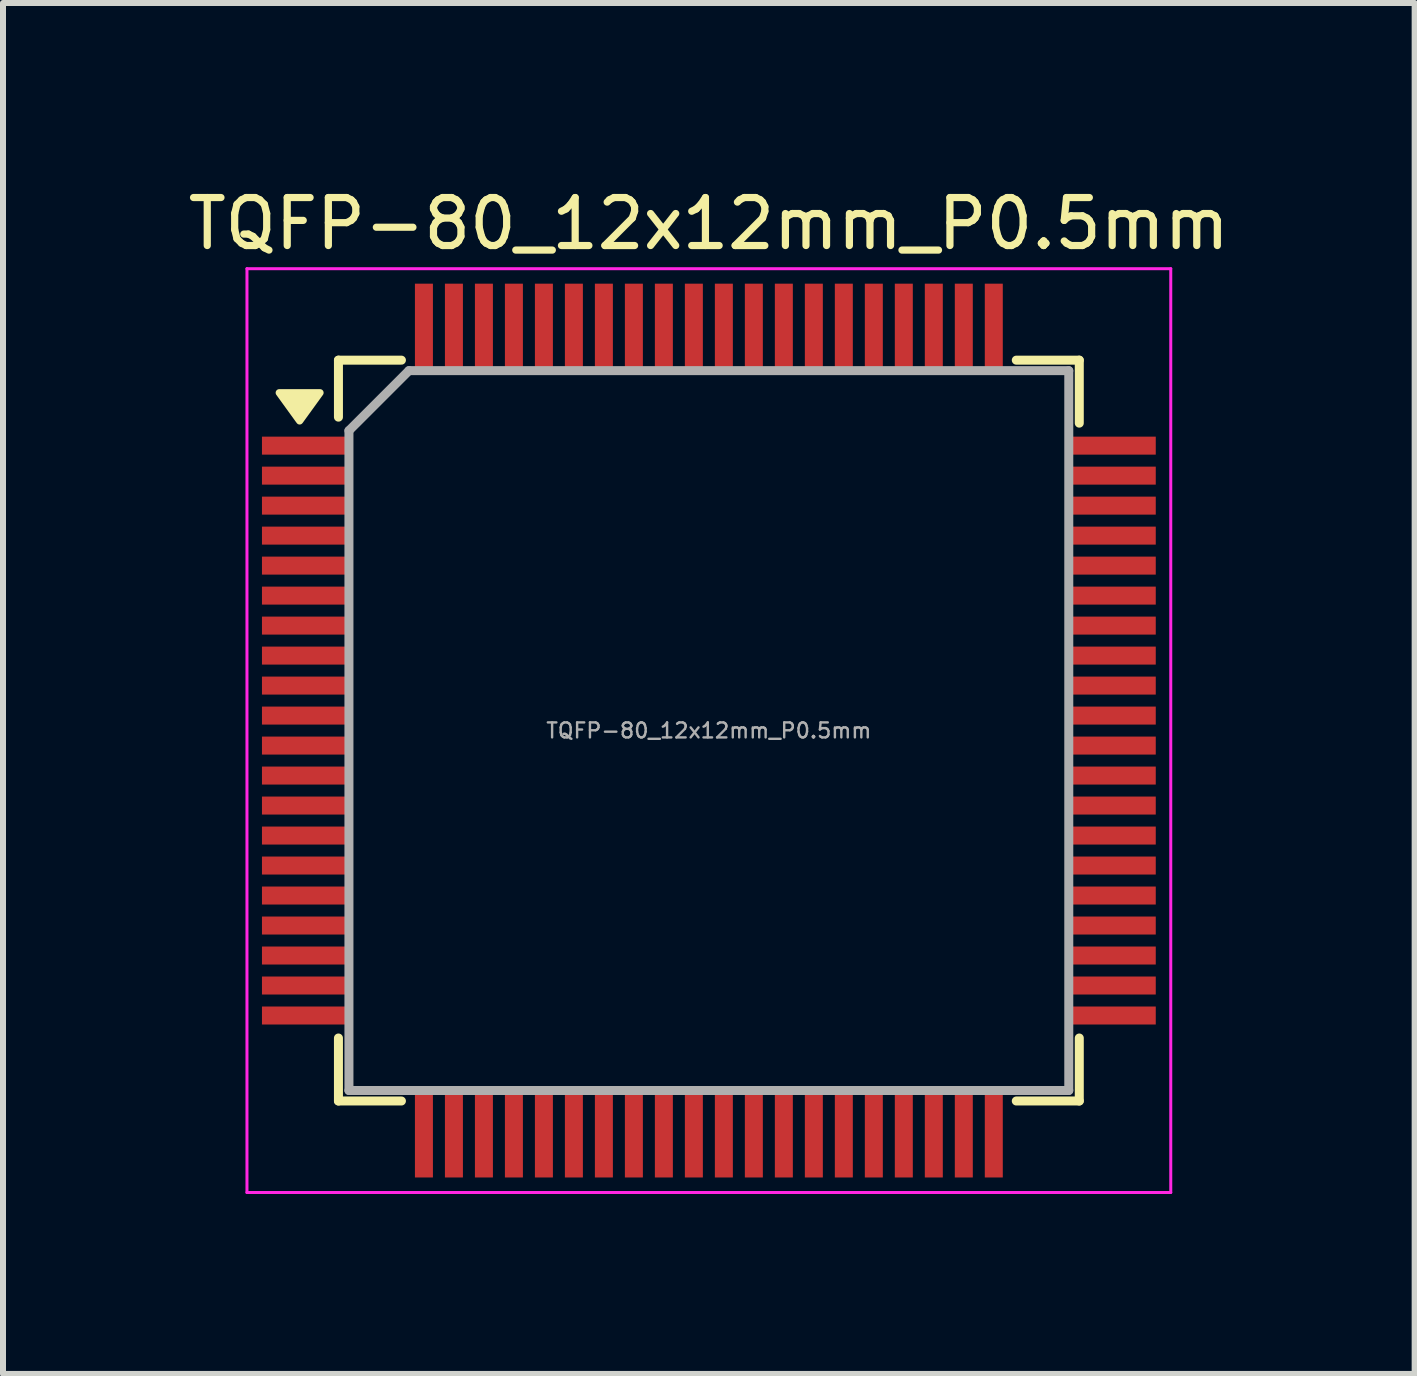
<source format=kicad_pcb>
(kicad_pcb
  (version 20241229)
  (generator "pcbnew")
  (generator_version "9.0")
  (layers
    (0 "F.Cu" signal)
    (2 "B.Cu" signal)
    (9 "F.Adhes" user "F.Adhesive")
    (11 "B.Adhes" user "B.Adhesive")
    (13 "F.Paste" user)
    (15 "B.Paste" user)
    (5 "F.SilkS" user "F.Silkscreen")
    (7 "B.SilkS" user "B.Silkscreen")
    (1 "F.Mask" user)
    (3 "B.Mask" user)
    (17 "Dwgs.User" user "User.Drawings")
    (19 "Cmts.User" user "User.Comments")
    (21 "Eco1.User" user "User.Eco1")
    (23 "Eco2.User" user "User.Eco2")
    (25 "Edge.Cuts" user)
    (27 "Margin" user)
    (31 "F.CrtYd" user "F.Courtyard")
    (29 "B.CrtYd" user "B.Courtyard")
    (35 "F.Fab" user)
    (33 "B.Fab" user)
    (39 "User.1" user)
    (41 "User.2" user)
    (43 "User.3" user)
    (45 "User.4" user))
  (footprint "TQFP-80_12x12mm_P0.5mm"
    (layer "F.Cu")
    (at 8.767 9.129)
    (property "Reference" "TQFP-80_12x12mm_P0.5mm" (at 0 -8.45 0) (layer "F.SilkS") (effects (font (size 0.8 0.8) (thickness 0.12))))
    (attr smd)
    (fp_line (start -6.175 -6.175) (end -6.175 -5.225) (stroke (width 0.15) (type solid)) (layer "F.SilkS"))
    (fp_line (start -6.175 -6.175) (end -5.125 -6.175) (stroke (width 0.15) (type solid)) (layer "F.SilkS"))
    (fp_line (start -6.175 6.175) (end -6.175 5.125) (stroke (width 0.15) (type solid)) (layer "F.SilkS"))
    (fp_line (start -6.175 6.175) (end -5.125 6.175) (stroke (width 0.15) (type solid)) (layer "F.SilkS"))
    (fp_line (start 6.175 -6.175) (end 5.125 -6.175) (stroke (width 0.15) (type solid)) (layer "F.SilkS"))
    (fp_line (start 6.175 -6.175) (end 6.175 -5.125) (stroke (width 0.15) (type solid)) (layer "F.SilkS"))
    (fp_line (start 6.175 6.175) (end 5.125 6.175) (stroke (width 0.15) (type solid)) (layer "F.SilkS"))
    (fp_line (start 6.175 6.175) (end 6.175 5.125) (stroke (width 0.15) (type solid)) (layer "F.SilkS"))
    (fp_poly (pts (xy -6.822 -5.162) (xy -7.162 -5.632) (xy -6.482 -5.632) (xy -6.822 -5.162)) (stroke (width 0.12) (type solid)) (fill yes) (layer "F.SilkS"))
    (fp_line (start -7.7 -7.7) (end -7.7 7.7) (stroke (width 0.05) (type solid)) (layer "F.CrtYd"))
    (fp_line (start -7.7 -7.7) (end 7.7 -7.7) (stroke (width 0.05) (type solid)) (layer "F.CrtYd"))
    (fp_line (start -7.7 7.7) (end 7.7 7.7) (stroke (width 0.05) (type solid)) (layer "F.CrtYd"))
    (fp_line (start 7.7 -7.7) (end 7.7 7.7) (stroke (width 0.05) (type solid)) (layer "F.CrtYd"))
    (fp_line (start -6 -5) (end -5 -6) (stroke (width 0.15) (type solid)) (layer "F.Fab"))
    (fp_line (start -6 6) (end -6 -5) (stroke (width 0.15) (type solid)) (layer "F.Fab"))
    (fp_line (start -5 -6) (end 6 -6) (stroke (width 0.15) (type solid)) (layer "F.Fab"))
    (fp_line (start 6 -6) (end 6 6) (stroke (width 0.15) (type solid)) (layer "F.Fab"))
    (fp_line (start 6 6) (end -6 6) (stroke (width 0.15) (type solid)) (layer "F.Fab"))
    (fp_text user "${REFERENCE}" (at 0 0 0) (layer "F.Fab") (effects (font (size 0.25 0.25) (thickness 0.04))))
    (pad "1" smd rect (at -6.7 -4.75) (size 1.5 0.3) (layers "F.Cu" "F.Mask" "F.Paste"))
    (pad "2" smd rect (at -6.7 -4.25) (size 1.5 0.3) (layers "F.Cu" "F.Mask" "F.Paste"))
    (pad "3" smd rect (at -6.7 -3.75) (size 1.5 0.3) (layers "F.Cu" "F.Mask" "F.Paste"))
    (pad "4" smd rect (at -6.7 -3.25) (size 1.5 0.3) (layers "F.Cu" "F.Mask" "F.Paste"))
    (pad "5" smd rect (at -6.7 -2.75) (size 1.5 0.3) (layers "F.Cu" "F.Mask" "F.Paste"))
    (pad "6" smd rect (at -6.7 -2.25) (size 1.5 0.3) (layers "F.Cu" "F.Mask" "F.Paste"))
    (pad "7" smd rect (at -6.7 -1.75) (size 1.5 0.3) (layers "F.Cu" "F.Mask" "F.Paste"))
    (pad "8" smd rect (at -6.7 -1.25) (size 1.5 0.3) (layers "F.Cu" "F.Mask" "F.Paste"))
    (pad "9" smd rect (at -6.7 -0.75) (size 1.5 0.3) (layers "F.Cu" "F.Mask" "F.Paste"))
    (pad "10" smd rect (at -6.7 -0.25) (size 1.5 0.3) (layers "F.Cu" "F.Mask" "F.Paste"))
    (pad "11" smd rect (at -6.7 0.25) (size 1.5 0.3) (layers "F.Cu" "F.Mask" "F.Paste"))
    (pad "12" smd rect (at -6.7 0.75) (size 1.5 0.3) (layers "F.Cu" "F.Mask" "F.Paste"))
    (pad "13" smd rect (at -6.7 1.25) (size 1.5 0.3) (layers "F.Cu" "F.Mask" "F.Paste"))
    (pad "14" smd rect (at -6.7 1.75) (size 1.5 0.3) (layers "F.Cu" "F.Mask" "F.Paste"))
    (pad "15" smd rect (at -6.7 2.25) (size 1.5 0.3) (layers "F.Cu" "F.Mask" "F.Paste"))
    (pad "16" smd rect (at -6.7 2.75) (size 1.5 0.3) (layers "F.Cu" "F.Mask" "F.Paste"))
    (pad "17" smd rect (at -6.7 3.25) (size 1.5 0.3) (layers "F.Cu" "F.Mask" "F.Paste"))
    (pad "18" smd rect (at -6.7 3.75) (size 1.5 0.3) (layers "F.Cu" "F.Mask" "F.Paste"))
    (pad "19" smd rect (at -6.7 4.25) (size 1.5 0.3) (layers "F.Cu" "F.Mask" "F.Paste"))
    (pad "20" smd rect (at -6.7 4.75) (size 1.5 0.3) (layers "F.Cu" "F.Mask" "F.Paste"))
    (pad "21" smd rect (at -4.75 6.7 90) (size 1.5 0.3) (layers "F.Cu" "F.Mask" "F.Paste"))
    (pad "22" smd rect (at -4.25 6.7 90) (size 1.5 0.3) (layers "F.Cu" "F.Mask" "F.Paste"))
    (pad "23" smd rect (at -3.75 6.7 90) (size 1.5 0.3) (layers "F.Cu" "F.Mask" "F.Paste"))
    (pad "24" smd rect (at -3.25 6.7 90) (size 1.5 0.3) (layers "F.Cu" "F.Mask" "F.Paste"))
    (pad "25" smd rect (at -2.75 6.7 90) (size 1.5 0.3) (layers "F.Cu" "F.Mask" "F.Paste"))
    (pad "26" smd rect (at -2.25 6.7 90) (size 1.5 0.3) (layers "F.Cu" "F.Mask" "F.Paste"))
    (pad "27" smd rect (at -1.75 6.7 90) (size 1.5 0.3) (layers "F.Cu" "F.Mask" "F.Paste"))
    (pad "28" smd rect (at -1.25 6.7 90) (size 1.5 0.3) (layers "F.Cu" "F.Mask" "F.Paste"))
    (pad "29" smd rect (at -0.75 6.7 90) (size 1.5 0.3) (layers "F.Cu" "F.Mask" "F.Paste"))
    (pad "30" smd rect (at -0.25 6.7 90) (size 1.5 0.3) (layers "F.Cu" "F.Mask" "F.Paste"))
    (pad "31" smd rect (at 0.25 6.7 90) (size 1.5 0.3) (layers "F.Cu" "F.Mask" "F.Paste"))
    (pad "32" smd rect (at 0.75 6.7 90) (size 1.5 0.3) (layers "F.Cu" "F.Mask" "F.Paste"))
    (pad "33" smd rect (at 1.25 6.7 90) (size 1.5 0.3) (layers "F.Cu" "F.Mask" "F.Paste"))
    (pad "34" smd rect (at 1.75 6.7 90) (size 1.5 0.3) (layers "F.Cu" "F.Mask" "F.Paste"))
    (pad "35" smd rect (at 2.25 6.7 90) (size 1.5 0.3) (layers "F.Cu" "F.Mask" "F.Paste"))
    (pad "36" smd rect (at 2.75 6.7 90) (size 1.5 0.3) (layers "F.Cu" "F.Mask" "F.Paste"))
    (pad "37" smd rect (at 3.25 6.7 90) (size 1.5 0.3) (layers "F.Cu" "F.Mask" "F.Paste"))
    (pad "38" smd rect (at 3.75 6.7 90) (size 1.5 0.3) (layers "F.Cu" "F.Mask" "F.Paste"))
    (pad "39" smd rect (at 4.25 6.7 90) (size 1.5 0.3) (layers "F.Cu" "F.Mask" "F.Paste"))
    (pad "40" smd rect (at 4.75 6.7 90) (size 1.5 0.3) (layers "F.Cu" "F.Mask" "F.Paste"))
    (pad "41" smd rect (at 6.7 4.75) (size 1.5 0.3) (layers "F.Cu" "F.Mask" "F.Paste"))
    (pad "42" smd rect (at 6.7 4.25) (size 1.5 0.3) (layers "F.Cu" "F.Mask" "F.Paste"))
    (pad "43" smd rect (at 6.7 3.75) (size 1.5 0.3) (layers "F.Cu" "F.Mask" "F.Paste"))
    (pad "44" smd rect (at 6.7 3.25) (size 1.5 0.3) (layers "F.Cu" "F.Mask" "F.Paste"))
    (pad "45" smd rect (at 6.7 2.75) (size 1.5 0.3) (layers "F.Cu" "F.Mask" "F.Paste"))
    (pad "46" smd rect (at 6.7 2.25) (size 1.5 0.3) (layers "F.Cu" "F.Mask" "F.Paste"))
    (pad "47" smd rect (at 6.7 1.75) (size 1.5 0.3) (layers "F.Cu" "F.Mask" "F.Paste"))
    (pad "48" smd rect (at 6.7 1.25) (size 1.5 0.3) (layers "F.Cu" "F.Mask" "F.Paste"))
    (pad "49" smd rect (at 6.7 0.75) (size 1.5 0.3) (layers "F.Cu" "F.Mask" "F.Paste"))
    (pad "50" smd rect (at 6.7 0.25) (size 1.5 0.3) (layers "F.Cu" "F.Mask" "F.Paste"))
    (pad "51" smd rect (at 6.7 -0.25) (size 1.5 0.3) (layers "F.Cu" "F.Mask" "F.Paste"))
    (pad "52" smd rect (at 6.7 -0.75) (size 1.5 0.3) (layers "F.Cu" "F.Mask" "F.Paste"))
    (pad "53" smd rect (at 6.7 -1.25) (size 1.5 0.3) (layers "F.Cu" "F.Mask" "F.Paste"))
    (pad "54" smd rect (at 6.7 -1.75) (size 1.5 0.3) (layers "F.Cu" "F.Mask" "F.Paste"))
    (pad "55" smd rect (at 6.7 -2.25) (size 1.5 0.3) (layers "F.Cu" "F.Mask" "F.Paste"))
    (pad "56" smd rect (at 6.7 -2.75) (size 1.5 0.3) (layers "F.Cu" "F.Mask" "F.Paste"))
    (pad "57" smd rect (at 6.7 -3.25) (size 1.5 0.3) (layers "F.Cu" "F.Mask" "F.Paste"))
    (pad "58" smd rect (at 6.7 -3.75) (size 1.5 0.3) (layers "F.Cu" "F.Mask" "F.Paste"))
    (pad "59" smd rect (at 6.7 -4.25) (size 1.5 0.3) (layers "F.Cu" "F.Mask" "F.Paste"))
    (pad "60" smd rect (at 6.7 -4.75) (size 1.5 0.3) (layers "F.Cu" "F.Mask" "F.Paste"))
    (pad "61" smd rect (at 4.75 -6.7 90) (size 1.5 0.3) (layers "F.Cu" "F.Mask" "F.Paste"))
    (pad "62" smd rect (at 4.25 -6.7 90) (size 1.5 0.3) (layers "F.Cu" "F.Mask" "F.Paste"))
    (pad "63" smd rect (at 3.75 -6.7 90) (size 1.5 0.3) (layers "F.Cu" "F.Mask" "F.Paste"))
    (pad "64" smd rect (at 3.25 -6.7 90) (size 1.5 0.3) (layers "F.Cu" "F.Mask" "F.Paste"))
    (pad "65" smd rect (at 2.75 -6.7 90) (size 1.5 0.3) (layers "F.Cu" "F.Mask" "F.Paste"))
    (pad "66" smd rect (at 2.25 -6.7 90) (size 1.5 0.3) (layers "F.Cu" "F.Mask" "F.Paste"))
    (pad "67" smd rect (at 1.75 -6.7 90) (size 1.5 0.3) (layers "F.Cu" "F.Mask" "F.Paste"))
    (pad "68" smd rect (at 1.25 -6.7 90) (size 1.5 0.3) (layers "F.Cu" "F.Mask" "F.Paste"))
    (pad "69" smd rect (at 0.75 -6.7 90) (size 1.5 0.3) (layers "F.Cu" "F.Mask" "F.Paste"))
    (pad "70" smd rect (at 0.25 -6.7 90) (size 1.5 0.3) (layers "F.Cu" "F.Mask" "F.Paste"))
    (pad "71" smd rect (at -0.25 -6.7 90) (size 1.5 0.3) (layers "F.Cu" "F.Mask" "F.Paste"))
    (pad "72" smd rect (at -0.75 -6.7 90) (size 1.5 0.3) (layers "F.Cu" "F.Mask" "F.Paste"))
    (pad "73" smd rect (at -1.25 -6.7 90) (size 1.5 0.3) (layers "F.Cu" "F.Mask" "F.Paste"))
    (pad "74" smd rect (at -1.75 -6.7 90) (size 1.5 0.3) (layers "F.Cu" "F.Mask" "F.Paste"))
    (pad "75" smd rect (at -2.25 -6.7 90) (size 1.5 0.3) (layers "F.Cu" "F.Mask" "F.Paste"))
    (pad "76" smd rect (at -2.75 -6.7 90) (size 1.5 0.3) (layers "F.Cu" "F.Mask" "F.Paste"))
    (pad "77" smd rect (at -3.25 -6.7 90) (size 1.5 0.3) (layers "F.Cu" "F.Mask" "F.Paste"))
    (pad "78" smd rect (at -3.75 -6.7 90) (size 1.5 0.3) (layers "F.Cu" "F.Mask" "F.Paste"))
    (pad "79" smd rect (at -4.25 -6.7 90) (size 1.5 0.3) (layers "F.Cu" "F.Mask" "F.Paste"))
    (pad "80" smd rect (at -4.75 -6.7 90) (size 1.5 0.3) (layers "F.Cu" "F.Mask" "F.Paste")))
  (gr_rect
    (start -3 -3)
    (end 20.533 19.854)
    (stroke (width 0.1) (type default))
    (fill no)
    (layer "Edge.Cuts")))
</source>
